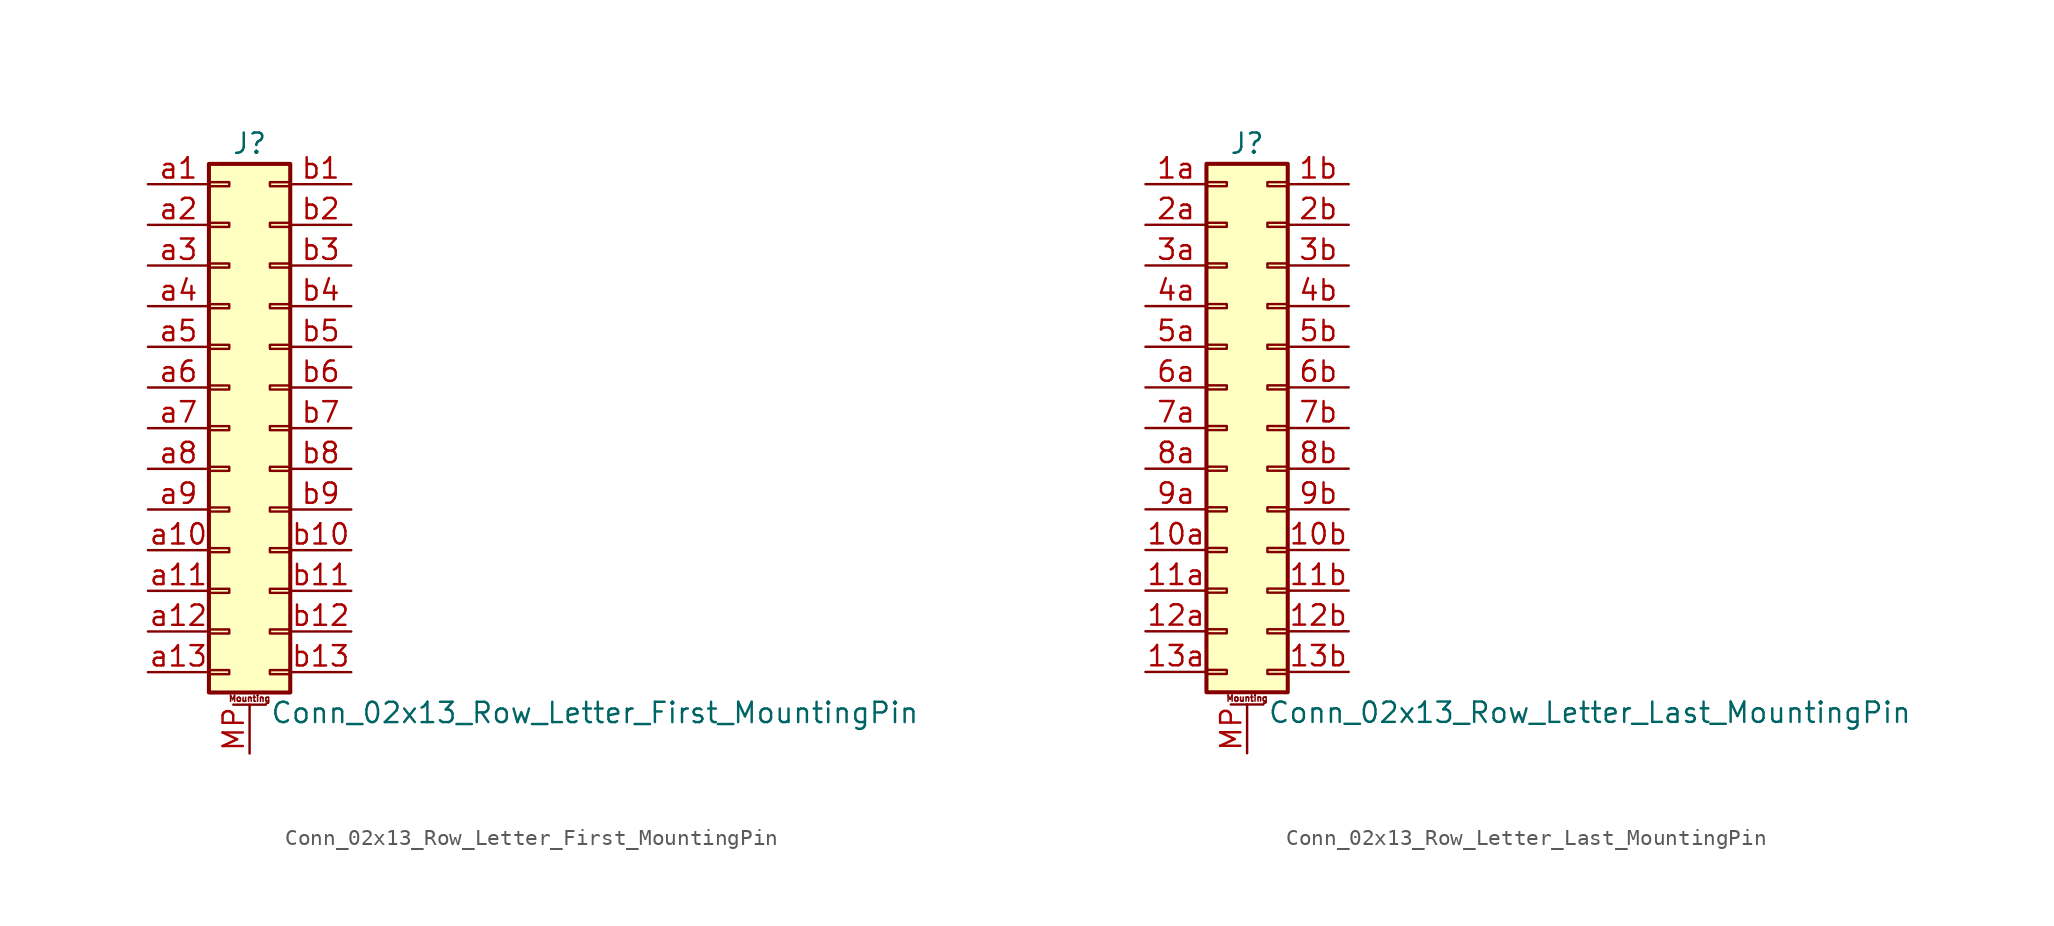
<source format=kicad_sym>
(kicad_symbol_lib
  (version 20201005)
  (generator kicad_symbol_editor)
  (symbol "Conn_02x13_Row_Letter_First_MountingPin"
    (pin_names
      (offset 1.016) hide)
    (property "Reference" "J"
      (at 1.27 17.78 0)
      (effects (font (size 1.27 1.27))))
    (property "Value" "Conn_02x13_Row_Letter_First_MountingPin"
      (at 2.54 -17.78 0)
      (effects (font (size 1.27 1.27)) (justify left)))
    (symbol "Conn_02x13_Row_Letter_First_MountingPin_1_1"
      (text "Mounting" (at 1.27 -16.891 0) (effects (font (size 0.381 0.381))))
      (rectangle (start -1.27 -15.113) (end 0 -15.367) (stroke (width 0.152)) (fill (type none)))
      (rectangle (start -1.27 -12.573) (end 0 -12.827) (stroke (width 0.152)) (fill (type none)))
      (rectangle (start -1.27 -10.033) (end 0 -10.287) (stroke (width 0.152)) (fill (type none)))
      (rectangle (start -1.27 -7.493) (end 0 -7.747) (stroke (width 0.152)) (fill (type none)))
      (rectangle (start -1.27 -4.953) (end 0 -5.207) (stroke (width 0.152)) (fill (type none)))
      (rectangle (start -1.27 -2.413) (end 0 -2.667) (stroke (width 0.152)) (fill (type none)))
      (rectangle (start -1.27 0.127) (end 0 -0.127) (stroke (width 0.152)) (fill (type none)))
      (rectangle (start -1.27 2.667) (end 0 2.413) (stroke (width 0.152)) (fill (type none)))
      (rectangle (start -1.27 5.207) (end 0 4.953) (stroke (width 0.152)) (fill (type none)))
      (rectangle (start -1.27 7.747) (end 0 7.493) (stroke (width 0.152)) (fill (type none)))
      (rectangle (start -1.27 10.287) (end 0 10.033) (stroke (width 0.152)) (fill (type none)))
      (rectangle (start -1.27 12.827) (end 0 12.573) (stroke (width 0.152)) (fill (type none)))
      (rectangle (start -1.27 15.367) (end 0 15.113) (stroke (width 0.152)) (fill (type none)))
      (rectangle (start 3.81 -15.113) (end 2.54 -15.367) (stroke (width 0.152)) (fill (type none)))
      (rectangle (start 3.81 -12.573) (end 2.54 -12.827) (stroke (width 0.152)) (fill (type none)))
      (rectangle (start 3.81 -10.033) (end 2.54 -10.287) (stroke (width 0.152)) (fill (type none)))
      (rectangle (start 3.81 -7.493) (end 2.54 -7.747) (stroke (width 0.152)) (fill (type none)))
      (rectangle (start 3.81 -4.953) (end 2.54 -5.207) (stroke (width 0.152)) (fill (type none)))
      (rectangle (start 3.81 -2.413) (end 2.54 -2.667) (stroke (width 0.152)) (fill (type none)))
      (rectangle (start 3.81 0.127) (end 2.54 -0.127) (stroke (width 0.152)) (fill (type none)))
      (rectangle (start 3.81 2.667) (end 2.54 2.413) (stroke (width 0.152)) (fill (type none)))
      (rectangle (start 3.81 5.207) (end 2.54 4.953) (stroke (width 0.152)) (fill (type none)))
      (rectangle (start 3.81 7.747) (end 2.54 7.493) (stroke (width 0.152)) (fill (type none)))
      (rectangle (start 3.81 10.287) (end 2.54 10.033) (stroke (width 0.152)) (fill (type none)))
      (rectangle (start 3.81 12.827) (end 2.54 12.573) (stroke (width 0.152)) (fill (type none)))
      (rectangle (start 3.81 15.367) (end 2.54 15.113) (stroke (width 0.152)) (fill (type none)))
      (rectangle (start -1.27 16.51) (end 3.81 -16.51) (stroke (width 0.254)) (fill (type background)))
      (polyline (pts (xy 0.254 -17.272) (xy 2.286 -17.272)) (stroke (width 0.152)) (fill (type none)))
      (pin passive line (at 1.27 -20.32 90) (length 3.048) (name "MountPin" (effects (font (size 1.27 1.27)))) (number "MP" (effects (font (size 1.27 1.27)))))
      (pin passive line (at -5.08 15.24 0) (length 3.81) (name "Pin_a1" (effects (font (size 1.27 1.27)))) (number "a1" (effects (font (size 1.27 1.27)))))
      (pin passive line (at -5.08 -7.62 0) (length 3.81) (name "Pin_a10" (effects (font (size 1.27 1.27)))) (number "a10" (effects (font (size 1.27 1.27)))))
      (pin passive line (at -5.08 -10.16 0) (length 3.81) (name "Pin_a11" (effects (font (size 1.27 1.27)))) (number "a11" (effects (font (size 1.27 1.27)))))
      (pin passive line (at -5.08 -12.7 0) (length 3.81) (name "Pin_a12" (effects (font (size 1.27 1.27)))) (number "a12" (effects (font (size 1.27 1.27)))))
      (pin passive line (at -5.08 -15.24 0) (length 3.81) (name "Pin_a13" (effects (font (size 1.27 1.27)))) (number "a13" (effects (font (size 1.27 1.27)))))
      (pin passive line (at -5.08 12.7 0) (length 3.81) (name "Pin_a2" (effects (font (size 1.27 1.27)))) (number "a2" (effects (font (size 1.27 1.27)))))
      (pin passive line (at -5.08 10.16 0) (length 3.81) (name "Pin_a3" (effects (font (size 1.27 1.27)))) (number "a3" (effects (font (size 1.27 1.27)))))
      (pin passive line (at -5.08 7.62 0) (length 3.81) (name "Pin_a4" (effects (font (size 1.27 1.27)))) (number "a4" (effects (font (size 1.27 1.27)))))
      (pin passive line (at -5.08 5.08 0) (length 3.81) (name "Pin_a5" (effects (font (size 1.27 1.27)))) (number "a5" (effects (font (size 1.27 1.27)))))
      (pin passive line (at -5.08 2.54 0) (length 3.81) (name "Pin_a6" (effects (font (size 1.27 1.27)))) (number "a6" (effects (font (size 1.27 1.27)))))
      (pin passive line (at -5.08 0 0) (length 3.81) (name "Pin_a7" (effects (font (size 1.27 1.27)))) (number "a7" (effects (font (size 1.27 1.27)))))
      (pin passive line (at -5.08 -2.54 0) (length 3.81) (name "Pin_a8" (effects (font (size 1.27 1.27)))) (number "a8" (effects (font (size 1.27 1.27)))))
      (pin passive line (at -5.08 -5.08 0) (length 3.81) (name "Pin_a9" (effects (font (size 1.27 1.27)))) (number "a9" (effects (font (size 1.27 1.27)))))
      (pin passive line (at 7.62 15.24 180) (length 3.81) (name "Pin_b1" (effects (font (size 1.27 1.27)))) (number "b1" (effects (font (size 1.27 1.27)))))
      (pin passive line (at 7.62 -7.62 180) (length 3.81) (name "Pin_b10" (effects (font (size 1.27 1.27)))) (number "b10" (effects (font (size 1.27 1.27)))))
      (pin passive line (at 7.62 -10.16 180) (length 3.81) (name "Pin_b11" (effects (font (size 1.27 1.27)))) (number "b11" (effects (font (size 1.27 1.27)))))
      (pin passive line (at 7.62 -12.7 180) (length 3.81) (name "Pin_b12" (effects (font (size 1.27 1.27)))) (number "b12" (effects (font (size 1.27 1.27)))))
      (pin passive line (at 7.62 -15.24 180) (length 3.81) (name "Pin_b13" (effects (font (size 1.27 1.27)))) (number "b13" (effects (font (size 1.27 1.27)))))
      (pin passive line (at 7.62 12.7 180) (length 3.81) (name "Pin_b2" (effects (font (size 1.27 1.27)))) (number "b2" (effects (font (size 1.27 1.27)))))
      (pin passive line (at 7.62 10.16 180) (length 3.81) (name "Pin_b3" (effects (font (size 1.27 1.27)))) (number "b3" (effects (font (size 1.27 1.27)))))
      (pin passive line (at 7.62 7.62 180) (length 3.81) (name "Pin_b4" (effects (font (size 1.27 1.27)))) (number "b4" (effects (font (size 1.27 1.27)))))
      (pin passive line (at 7.62 5.08 180) (length 3.81) (name "Pin_b5" (effects (font (size 1.27 1.27)))) (number "b5" (effects (font (size 1.27 1.27)))))
      (pin passive line (at 7.62 2.54 180) (length 3.81) (name "Pin_b6" (effects (font (size 1.27 1.27)))) (number "b6" (effects (font (size 1.27 1.27)))))
      (pin passive line (at 7.62 0 180) (length 3.81) (name "Pin_b7" (effects (font (size 1.27 1.27)))) (number "b7" (effects (font (size 1.27 1.27)))))
      (pin passive line (at 7.62 -2.54 180) (length 3.81) (name "Pin_b8" (effects (font (size 1.27 1.27)))) (number "b8" (effects (font (size 1.27 1.27)))))
      (pin passive line (at 7.62 -5.08 180) (length 3.81) (name "Pin_b9" (effects (font (size 1.27 1.27)))) (number "b9" (effects (font (size 1.27 1.27)))))))
  (symbol "Conn_02x13_Row_Letter_Last_MountingPin"
    (pin_names
      (offset 1.016) hide)
    (property "Reference" "J"
      (at 1.27 17.78 0)
      (effects (font (size 1.27 1.27))))
    (property "Value" "Conn_02x13_Row_Letter_Last_MountingPin"
      (at 2.54 -17.78 0)
      (effects (font (size 1.27 1.27)) (justify left)))
    (symbol "Conn_02x13_Row_Letter_Last_MountingPin_1_1"
      (text "Mounting" (at 1.27 -16.891 0) (effects (font (size 0.381 0.381))))
      (rectangle (start -1.27 -15.113) (end 0 -15.367) (stroke (width 0.152)) (fill (type none)))
      (rectangle (start -1.27 -12.573) (end 0 -12.827) (stroke (width 0.152)) (fill (type none)))
      (rectangle (start -1.27 -10.033) (end 0 -10.287) (stroke (width 0.152)) (fill (type none)))
      (rectangle (start -1.27 -7.493) (end 0 -7.747) (stroke (width 0.152)) (fill (type none)))
      (rectangle (start -1.27 -4.953) (end 0 -5.207) (stroke (width 0.152)) (fill (type none)))
      (rectangle (start -1.27 -2.413) (end 0 -2.667) (stroke (width 0.152)) (fill (type none)))
      (rectangle (start -1.27 0.127) (end 0 -0.127) (stroke (width 0.152)) (fill (type none)))
      (rectangle (start -1.27 2.667) (end 0 2.413) (stroke (width 0.152)) (fill (type none)))
      (rectangle (start -1.27 5.207) (end 0 4.953) (stroke (width 0.152)) (fill (type none)))
      (rectangle (start -1.27 7.747) (end 0 7.493) (stroke (width 0.152)) (fill (type none)))
      (rectangle (start -1.27 10.287) (end 0 10.033) (stroke (width 0.152)) (fill (type none)))
      (rectangle (start -1.27 12.827) (end 0 12.573) (stroke (width 0.152)) (fill (type none)))
      (rectangle (start -1.27 15.367) (end 0 15.113) (stroke (width 0.152)) (fill (type none)))
      (rectangle (start 3.81 -15.113) (end 2.54 -15.367) (stroke (width 0.152)) (fill (type none)))
      (rectangle (start 3.81 -12.573) (end 2.54 -12.827) (stroke (width 0.152)) (fill (type none)))
      (rectangle (start 3.81 -10.033) (end 2.54 -10.287) (stroke (width 0.152)) (fill (type none)))
      (rectangle (start 3.81 -7.493) (end 2.54 -7.747) (stroke (width 0.152)) (fill (type none)))
      (rectangle (start 3.81 -4.953) (end 2.54 -5.207) (stroke (width 0.152)) (fill (type none)))
      (rectangle (start 3.81 -2.413) (end 2.54 -2.667) (stroke (width 0.152)) (fill (type none)))
      (rectangle (start 3.81 0.127) (end 2.54 -0.127) (stroke (width 0.152)) (fill (type none)))
      (rectangle (start 3.81 2.667) (end 2.54 2.413) (stroke (width 0.152)) (fill (type none)))
      (rectangle (start 3.81 5.207) (end 2.54 4.953) (stroke (width 0.152)) (fill (type none)))
      (rectangle (start 3.81 7.747) (end 2.54 7.493) (stroke (width 0.152)) (fill (type none)))
      (rectangle (start 3.81 10.287) (end 2.54 10.033) (stroke (width 0.152)) (fill (type none)))
      (rectangle (start 3.81 12.827) (end 2.54 12.573) (stroke (width 0.152)) (fill (type none)))
      (rectangle (start 3.81 15.367) (end 2.54 15.113) (stroke (width 0.152)) (fill (type none)))
      (rectangle (start -1.27 16.51) (end 3.81 -16.51) (stroke (width 0.254)) (fill (type background)))
      (polyline (pts (xy 0.254 -17.272) (xy 2.286 -17.272)) (stroke (width 0.152)) (fill (type none)))
      (pin passive line (at -5.08 -7.62 0) (length 3.81) (name "Pin_10a" (effects (font (size 1.27 1.27)))) (number "10a" (effects (font (size 1.27 1.27)))))
      (pin passive line (at 7.62 -7.62 180) (length 3.81) (name "Pin_10b" (effects (font (size 1.27 1.27)))) (number "10b" (effects (font (size 1.27 1.27)))))
      (pin passive line (at -5.08 -10.16 0) (length 3.81) (name "Pin_11a" (effects (font (size 1.27 1.27)))) (number "11a" (effects (font (size 1.27 1.27)))))
      (pin passive line (at 7.62 -10.16 180) (length 3.81) (name "Pin_11b" (effects (font (size 1.27 1.27)))) (number "11b" (effects (font (size 1.27 1.27)))))
      (pin passive line (at -5.08 -12.7 0) (length 3.81) (name "Pin_12a" (effects (font (size 1.27 1.27)))) (number "12a" (effects (font (size 1.27 1.27)))))
      (pin passive line (at 7.62 -12.7 180) (length 3.81) (name "Pin_12b" (effects (font (size 1.27 1.27)))) (number "12b" (effects (font (size 1.27 1.27)))))
      (pin passive line (at -5.08 -15.24 0) (length 3.81) (name "Pin_13a" (effects (font (size 1.27 1.27)))) (number "13a" (effects (font (size 1.27 1.27)))))
      (pin passive line (at 7.62 -15.24 180) (length 3.81) (name "Pin_13b" (effects (font (size 1.27 1.27)))) (number "13b" (effects (font (size 1.27 1.27)))))
      (pin passive line (at -5.08 15.24 0) (length 3.81) (name "Pin_1a" (effects (font (size 1.27 1.27)))) (number "1a" (effects (font (size 1.27 1.27)))))
      (pin passive line (at 7.62 15.24 180) (length 3.81) (name "Pin_1b" (effects (font (size 1.27 1.27)))) (number "1b" (effects (font (size 1.27 1.27)))))
      (pin passive line (at -5.08 12.7 0) (length 3.81) (name "Pin_2a" (effects (font (size 1.27 1.27)))) (number "2a" (effects (font (size 1.27 1.27)))))
      (pin passive line (at 7.62 12.7 180) (length 3.81) (name "Pin_2b" (effects (font (size 1.27 1.27)))) (number "2b" (effects (font (size 1.27 1.27)))))
      (pin passive line (at -5.08 10.16 0) (length 3.81) (name "Pin_3a" (effects (font (size 1.27 1.27)))) (number "3a" (effects (font (size 1.27 1.27)))))
      (pin passive line (at 7.62 10.16 180) (length 3.81) (name "Pin_3b" (effects (font (size 1.27 1.27)))) (number "3b" (effects (font (size 1.27 1.27)))))
      (pin passive line (at -5.08 7.62 0) (length 3.81) (name "Pin_4a" (effects (font (size 1.27 1.27)))) (number "4a" (effects (font (size 1.27 1.27)))))
      (pin passive line (at 7.62 7.62 180) (length 3.81) (name "Pin_4b" (effects (font (size 1.27 1.27)))) (number "4b" (effects (font (size 1.27 1.27)))))
      (pin passive line (at -5.08 5.08 0) (length 3.81) (name "Pin_5a" (effects (font (size 1.27 1.27)))) (number "5a" (effects (font (size 1.27 1.27)))))
      (pin passive line (at 7.62 5.08 180) (length 3.81) (name "Pin_5b" (effects (font (size 1.27 1.27)))) (number "5b" (effects (font (size 1.27 1.27)))))
      (pin passive line (at -5.08 2.54 0) (length 3.81) (name "Pin_6a" (effects (font (size 1.27 1.27)))) (number "6a" (effects (font (size 1.27 1.27)))))
      (pin passive line (at 7.62 2.54 180) (length 3.81) (name "Pin_6b" (effects (font (size 1.27 1.27)))) (number "6b" (effects (font (size 1.27 1.27)))))
      (pin passive line (at -5.08 0 0) (length 3.81) (name "Pin_7a" (effects (font (size 1.27 1.27)))) (number "7a" (effects (font (size 1.27 1.27)))))
      (pin passive line (at 7.62 0 180) (length 3.81) (name "Pin_7b" (effects (font (size 1.27 1.27)))) (number "7b" (effects (font (size 1.27 1.27)))))
      (pin passive line (at -5.08 -2.54 0) (length 3.81) (name "Pin_8a" (effects (font (size 1.27 1.27)))) (number "8a" (effects (font (size 1.27 1.27)))))
      (pin passive line (at 7.62 -2.54 180) (length 3.81) (name "Pin_8b" (effects (font (size 1.27 1.27)))) (number "8b" (effects (font (size 1.27 1.27)))))
      (pin passive line (at -5.08 -5.08 0) (length 3.81) (name "Pin_9a" (effects (font (size 1.27 1.27)))) (number "9a" (effects (font (size 1.27 1.27)))))
      (pin passive line (at 7.62 -5.08 180) (length 3.81) (name "Pin_9b" (effects (font (size 1.27 1.27)))) (number "9b" (effects (font (size 1.27 1.27)))))
      (pin passive line (at 1.27 -20.32 90) (length 3.048) (name "MountPin" (effects (font (size 1.27 1.27)))) (number "MP" (effects (font (size 1.27 1.27))))))))
</source>
